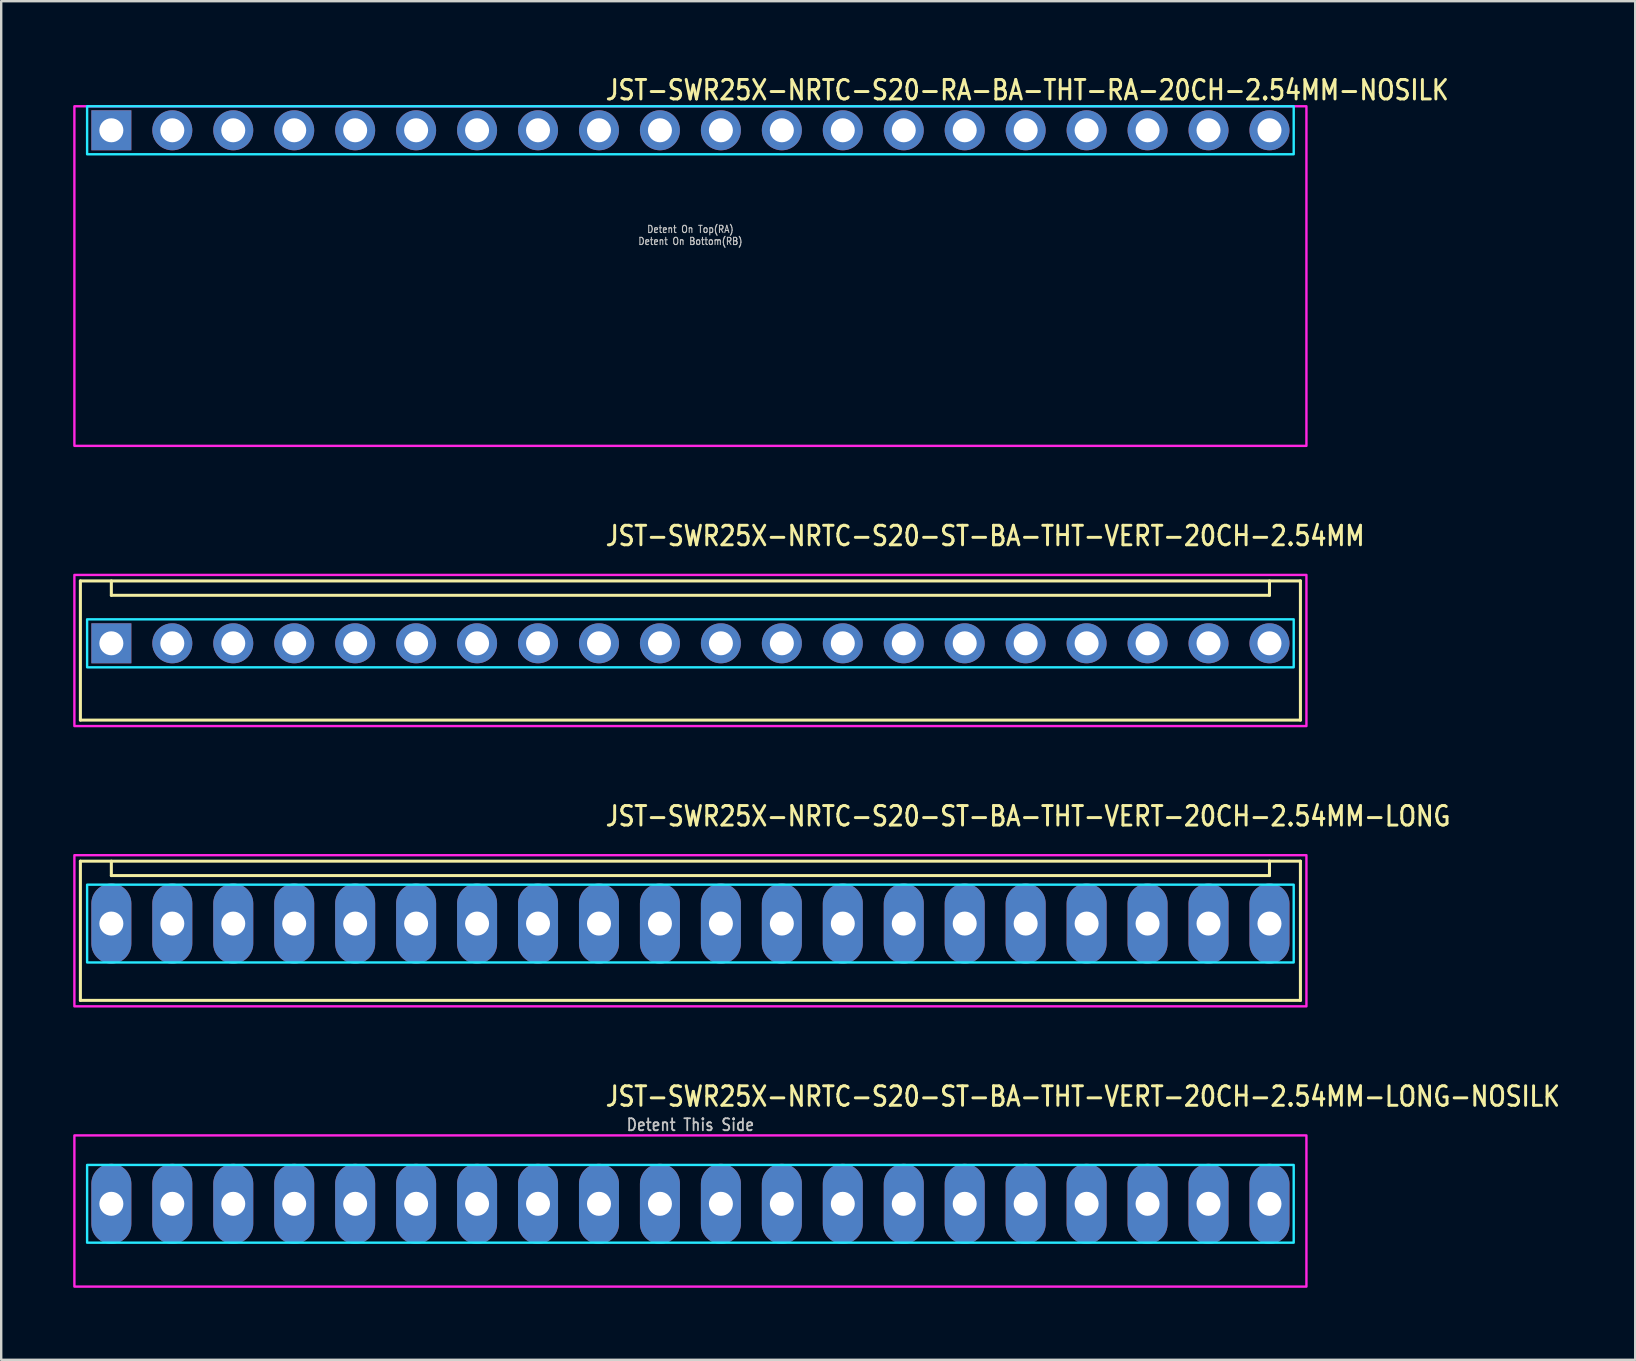
<source format=kicad_pcb>
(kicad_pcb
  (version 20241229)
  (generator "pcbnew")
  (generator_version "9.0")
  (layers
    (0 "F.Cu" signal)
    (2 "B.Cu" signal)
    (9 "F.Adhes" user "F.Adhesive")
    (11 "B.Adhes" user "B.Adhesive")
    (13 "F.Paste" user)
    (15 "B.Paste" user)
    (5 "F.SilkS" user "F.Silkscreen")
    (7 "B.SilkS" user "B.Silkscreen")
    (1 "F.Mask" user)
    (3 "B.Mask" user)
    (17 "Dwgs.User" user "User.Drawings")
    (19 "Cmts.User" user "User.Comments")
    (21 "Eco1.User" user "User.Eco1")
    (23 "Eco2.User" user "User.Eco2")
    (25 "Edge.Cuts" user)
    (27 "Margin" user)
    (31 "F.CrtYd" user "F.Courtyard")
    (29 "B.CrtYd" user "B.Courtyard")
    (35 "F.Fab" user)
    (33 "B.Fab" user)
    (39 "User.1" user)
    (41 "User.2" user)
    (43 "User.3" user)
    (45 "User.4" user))
  (footprint "JST-SWR25X-NRTC-S20-ST-BA-THT-VERT-20CH-2.54MM-LONG"
    (layer "F.Cu")
    (at 25.72 35.436)
    (property "Reference" "JST-SWR25X-NRTC-S20-ST-BA-THT-VERT-20CH-2.54MM-LONG" (at -3.6 -4 0) (unlocked yes) (layer "F.SilkS") (effects (font (size 0.813 0.695) (thickness 0.122)) (justify left bottom)))
    (fp_line (start -25.42 -2.6) (end 25.42 -2.6) (stroke (width 0.127) (type solid)) (layer "F.SilkS"))
    (fp_line (start -25.42 3.2) (end -25.42 -2.6) (stroke (width 0.127) (type solid)) (layer "F.SilkS"))
    (fp_line (start -25.42 3.2) (end 25.42 3.2) (stroke (width 0.127) (type solid)) (layer "F.SilkS"))
    (fp_line (start -24.13 -2.6) (end -24.13 -2) (stroke (width 0.127) (type solid)) (layer "F.SilkS"))
    (fp_line (start -24.13 -2) (end 24.13 -2) (stroke (width 0.127) (type solid)) (layer "F.SilkS"))
    (fp_line (start 24.13 -2.6) (end 24.13 -2) (stroke (width 0.127) (type solid)) (layer "F.SilkS"))
    (fp_line (start 25.42 -2.6) (end 25.42 3.2) (stroke (width 0.127) (type solid)) (layer "F.SilkS"))
    (fp_poly (pts (xy -25.14 -1.62) (xy -25.14 1.62) (xy 25.14 1.62) (xy 25.14 -1.62)) (stroke (width 0.1) (type solid)) (fill no) (layer "B.CrtYd"))
    (fp_poly (pts (xy -25.67 -2.85) (xy -25.67 3.45) (xy 25.67 3.45) (xy 25.67 -2.85)) (stroke (width 0.1) (type solid)) (fill no) (layer "F.CrtYd"))
    (pad "P$1" thru_hole oval (at -24.13 0 90) (size 3.333 1.667) (drill 1) (layers "*.Cu" "*.Mask"))
    (pad "P$2" thru_hole oval (at -21.59 0 90) (size 3.333 1.667) (drill 1) (layers "*.Cu" "*.Mask"))
    (pad "P$3" thru_hole oval (at -19.05 0 90) (size 3.333 1.667) (drill 1) (layers "*.Cu" "*.Mask"))
    (pad "P$4" thru_hole oval (at -16.51 0 90) (size 3.333 1.667) (drill 1) (layers "*.Cu" "*.Mask"))
    (pad "P$5" thru_hole oval (at -13.97 0 90) (size 3.333 1.667) (drill 1) (layers "*.Cu" "*.Mask"))
    (pad "P$6" thru_hole oval (at -11.43 0 90) (size 3.333 1.667) (drill 1) (layers "*.Cu" "*.Mask"))
    (pad "P$7" thru_hole oval (at -8.89 0 90) (size 3.333 1.667) (drill 1) (layers "*.Cu" "*.Mask"))
    (pad "P$8" thru_hole oval (at -6.35 0 90) (size 3.333 1.667) (drill 1) (layers "*.Cu" "*.Mask"))
    (pad "P$9" thru_hole oval (at -3.81 0 90) (size 3.333 1.667) (drill 1) (layers "*.Cu" "*.Mask"))
    (pad "P$10" thru_hole oval (at -1.27 0 90) (size 3.333 1.667) (drill 1) (layers "*.Cu" "*.Mask"))
    (pad "P$11" thru_hole oval (at 1.27 0 90) (size 3.333 1.667) (drill 1) (layers "*.Cu" "*.Mask"))
    (pad "P$12" thru_hole oval (at 3.81 0 90) (size 3.333 1.667) (drill 1) (layers "*.Cu" "*.Mask"))
    (pad "P$13" thru_hole oval (at 6.35 0 90) (size 3.333 1.667) (drill 1) (layers "*.Cu" "*.Mask"))
    (pad "P$14" thru_hole oval (at 8.89 0 90) (size 3.333 1.667) (drill 1) (layers "*.Cu" "*.Mask"))
    (pad "P$15" thru_hole oval (at 11.43 0 90) (size 3.333 1.667) (drill 1) (layers "*.Cu" "*.Mask"))
    (pad "P$16" thru_hole oval (at 13.97 0 90) (size 3.333 1.667) (drill 1) (layers "*.Cu" "*.Mask"))
    (pad "P$17" thru_hole oval (at 16.51 0 90) (size 3.333 1.667) (drill 1) (layers "*.Cu" "*.Mask"))
    (pad "P$18" thru_hole oval (at 19.05 0 90) (size 3.333 1.667) (drill 1) (layers "*.Cu" "*.Mask"))
    (pad "P$19" thru_hole oval (at 21.59 0 90) (size 3.333 1.667) (drill 1) (layers "*.Cu" "*.Mask"))
    (pad "P$20" thru_hole oval (at 24.13 0 90) (size 3.333 1.667) (drill 1) (layers "*.Cu" "*.Mask")))
  (footprint "JST-SWR25X-NRTC-S20-ST-BA-THT-VERT-20CH-2.54MM-LONG-NOSILK"
    (layer "F.Cu")
    (at 25.72 47.114)
    (property "Reference" "JST-SWR25X-NRTC-S20-ST-BA-THT-VERT-20CH-2.54MM-LONG-NOSILK" (at -3.6 -4 0) (unlocked yes) (layer "F.SilkS") (effects (font (size 0.813 0.695) (thickness 0.122)) (justify left bottom)))
    (fp_poly (pts (xy -25.14 -1.62) (xy -25.14 1.62) (xy 25.14 1.62) (xy 25.14 -1.62)) (stroke (width 0.1) (type solid)) (fill no) (layer "B.CrtYd"))
    (fp_poly (pts (xy -25.67 -2.85) (xy -25.67 3.45) (xy 25.67 3.45) (xy 25.67 -2.85)) (stroke (width 0.1) (type solid)) (fill no) (layer "F.CrtYd"))
    (fp_text user "Detent This Side" (at 0 -3 0) (unlocked yes) (layer "Dwgs.User") (effects (font (size 0.5 0.427) (thickness 0.075)) (justify bottom)))
    (pad "P$1" thru_hole oval (at -24.13 0 90) (size 3.333 1.667) (drill 1) (layers "*.Cu" "*.Mask"))
    (pad "P$2" thru_hole oval (at -21.59 0 90) (size 3.333 1.667) (drill 1) (layers "*.Cu" "*.Mask"))
    (pad "P$3" thru_hole oval (at -19.05 0 90) (size 3.333 1.667) (drill 1) (layers "*.Cu" "*.Mask"))
    (pad "P$4" thru_hole oval (at -16.51 0 90) (size 3.333 1.667) (drill 1) (layers "*.Cu" "*.Mask"))
    (pad "P$5" thru_hole oval (at -13.97 0 90) (size 3.333 1.667) (drill 1) (layers "*.Cu" "*.Mask"))
    (pad "P$6" thru_hole oval (at -11.43 0 90) (size 3.333 1.667) (drill 1) (layers "*.Cu" "*.Mask"))
    (pad "P$7" thru_hole oval (at -8.89 0 90) (size 3.333 1.667) (drill 1) (layers "*.Cu" "*.Mask"))
    (pad "P$8" thru_hole oval (at -6.35 0 90) (size 3.333 1.667) (drill 1) (layers "*.Cu" "*.Mask"))
    (pad "P$9" thru_hole oval (at -3.81 0 90) (size 3.333 1.667) (drill 1) (layers "*.Cu" "*.Mask"))
    (pad "P$10" thru_hole oval (at -1.27 0 90) (size 3.333 1.667) (drill 1) (layers "*.Cu" "*.Mask"))
    (pad "P$11" thru_hole oval (at 1.27 0 90) (size 3.333 1.667) (drill 1) (layers "*.Cu" "*.Mask"))
    (pad "P$12" thru_hole oval (at 3.81 0 90) (size 3.333 1.667) (drill 1) (layers "*.Cu" "*.Mask"))
    (pad "P$13" thru_hole oval (at 6.35 0 90) (size 3.333 1.667) (drill 1) (layers "*.Cu" "*.Mask"))
    (pad "P$14" thru_hole oval (at 8.89 0 90) (size 3.333 1.667) (drill 1) (layers "*.Cu" "*.Mask"))
    (pad "P$15" thru_hole oval (at 11.43 0 90) (size 3.333 1.667) (drill 1) (layers "*.Cu" "*.Mask"))
    (pad "P$16" thru_hole oval (at 13.97 0 90) (size 3.333 1.667) (drill 1) (layers "*.Cu" "*.Mask"))
    (pad "P$17" thru_hole oval (at 16.51 0 90) (size 3.333 1.667) (drill 1) (layers "*.Cu" "*.Mask"))
    (pad "P$18" thru_hole oval (at 19.05 0 90) (size 3.333 1.667) (drill 1) (layers "*.Cu" "*.Mask"))
    (pad "P$19" thru_hole oval (at 21.59 0 90) (size 3.333 1.667) (drill 1) (layers "*.Cu" "*.Mask"))
    (pad "P$20" thru_hole oval (at 24.13 0 90) (size 3.333 1.667) (drill 1) (layers "*.Cu" "*.Mask")))
  (footprint "JST-SWR25X-NRTC-S20-RA-BA-THT-RA-20CH-2.54MM-NOSILK"
    (layer "F.Cu")
    (at 25.72 2.379)
    (property "Reference" "JST-SWR25X-NRTC-S20-RA-BA-THT-RA-20CH-2.54MM-NOSILK" (at -3.6 -1.2 0) (unlocked yes) (layer "F.SilkS") (effects (font (size 0.813 0.695) (thickness 0.122)) (justify left bottom)))
    (fp_poly (pts (xy -25.14 -1) (xy -25.14 1) (xy 25.14 1) (xy 25.14 -1)) (stroke (width 0.1) (type solid)) (fill no) (layer "B.CrtYd"))
    (fp_poly (pts (xy -25.67 -1) (xy -25.67 13.15) (xy 25.67 13.15) (xy 25.67 -1)) (stroke (width 0.1) (type solid)) (fill no) (layer "F.CrtYd"))
    (fp_text user "Detent On Top(RA)" (at 0 4.3 0) (unlocked yes) (layer "Dwgs.User") (effects (font (size 0.3 0.257) (thickness 0.045)) (justify bottom)))
    (fp_text user "Detent On Bottom(RB)" (at 0 4.8 0) (unlocked yes) (layer "Dwgs.User") (effects (font (size 0.3 0.257) (thickness 0.045)) (justify bottom)))
    (pad "P$1" thru_hole rect (at -24.13 0) (size 1.667 1.667) (drill 1) (layers "*.Cu" "*.Mask"))
    (pad "P$2" thru_hole oval (at -21.59 0) (size 1.667 1.667) (drill 1) (layers "*.Cu" "*.Mask"))
    (pad "P$3" thru_hole oval (at -19.05 0) (size 1.667 1.667) (drill 1) (layers "*.Cu" "*.Mask"))
    (pad "P$4" thru_hole oval (at -16.51 0) (size 1.667 1.667) (drill 1) (layers "*.Cu" "*.Mask"))
    (pad "P$5" thru_hole oval (at -13.97 0) (size 1.667 1.667) (drill 1) (layers "*.Cu" "*.Mask"))
    (pad "P$6" thru_hole oval (at -11.43 0) (size 1.667 1.667) (drill 1) (layers "*.Cu" "*.Mask"))
    (pad "P$7" thru_hole oval (at -8.89 0) (size 1.667 1.667) (drill 1) (layers "*.Cu" "*.Mask"))
    (pad "P$8" thru_hole oval (at -6.35 0) (size 1.667 1.667) (drill 1) (layers "*.Cu" "*.Mask"))
    (pad "P$9" thru_hole oval (at -3.81 0) (size 1.667 1.667) (drill 1) (layers "*.Cu" "*.Mask"))
    (pad "P$10" thru_hole oval (at -1.27 0) (size 1.667 1.667) (drill 1) (layers "*.Cu" "*.Mask"))
    (pad "P$11" thru_hole oval (at 1.27 0) (size 1.667 1.667) (drill 1) (layers "*.Cu" "*.Mask"))
    (pad "P$12" thru_hole oval (at 3.81 0) (size 1.667 1.667) (drill 1) (layers "*.Cu" "*.Mask"))
    (pad "P$13" thru_hole oval (at 6.35 0) (size 1.667 1.667) (drill 1) (layers "*.Cu" "*.Mask"))
    (pad "P$14" thru_hole oval (at 8.89 0) (size 1.667 1.667) (drill 1) (layers "*.Cu" "*.Mask"))
    (pad "P$15" thru_hole oval (at 11.43 0) (size 1.667 1.667) (drill 1) (layers "*.Cu" "*.Mask"))
    (pad "P$16" thru_hole oval (at 13.97 0) (size 1.667 1.667) (drill 1) (layers "*.Cu" "*.Mask"))
    (pad "P$17" thru_hole oval (at 16.51 0) (size 1.667 1.667) (drill 1) (layers "*.Cu" "*.Mask"))
    (pad "P$18" thru_hole oval (at 19.05 0) (size 1.667 1.667) (drill 1) (layers "*.Cu" "*.Mask"))
    (pad "P$19" thru_hole oval (at 21.59 0) (size 1.667 1.667) (drill 1) (layers "*.Cu" "*.Mask"))
    (pad "P$20" thru_hole oval (at 24.13 0) (size 1.667 1.667) (drill 1) (layers "*.Cu" "*.Mask")))
  (footprint "JST-SWR25X-NRTC-S20-ST-BA-THT-VERT-20CH-2.54MM"
    (layer "F.Cu")
    (at 25.72 23.757)
    (property "Reference" "JST-SWR25X-NRTC-S20-ST-BA-THT-VERT-20CH-2.54MM" (at -3.6 -4 0) (unlocked yes) (layer "F.SilkS") (effects (font (size 0.813 0.695) (thickness 0.122)) (justify left bottom)))
    (fp_line (start -25.42 -2.6) (end 25.42 -2.6) (stroke (width 0.127) (type solid)) (layer "F.SilkS"))
    (fp_line (start -25.42 3.2) (end -25.42 -2.6) (stroke (width 0.127) (type solid)) (layer "F.SilkS"))
    (fp_line (start -25.42 3.2) (end 25.42 3.2) (stroke (width 0.127) (type solid)) (layer "F.SilkS"))
    (fp_line (start -24.13 -2.6) (end -24.13 -2) (stroke (width 0.127) (type solid)) (layer "F.SilkS"))
    (fp_line (start -24.13 -2) (end 24.13 -2) (stroke (width 0.127) (type solid)) (layer "F.SilkS"))
    (fp_line (start 24.13 -2.6) (end 24.13 -2) (stroke (width 0.127) (type solid)) (layer "F.SilkS"))
    (fp_line (start 25.42 -2.6) (end 25.42 3.2) (stroke (width 0.127) (type solid)) (layer "F.SilkS"))
    (fp_poly (pts (xy -25.14 -1) (xy -25.14 1) (xy 25.14 1) (xy 25.14 -1)) (stroke (width 0.1) (type solid)) (fill no) (layer "B.CrtYd"))
    (fp_poly (pts (xy -25.67 -2.85) (xy -25.67 3.45) (xy 25.67 3.45) (xy 25.67 -2.85)) (stroke (width 0.1) (type solid)) (fill no) (layer "F.CrtYd"))
    (pad "P$1" thru_hole rect (at -24.13 0) (size 1.667 1.667) (drill 1) (layers "*.Cu" "*.Mask"))
    (pad "P$2" thru_hole oval (at -21.59 0) (size 1.667 1.667) (drill 1) (layers "*.Cu" "*.Mask"))
    (pad "P$3" thru_hole oval (at -19.05 0) (size 1.667 1.667) (drill 1) (layers "*.Cu" "*.Mask"))
    (pad "P$4" thru_hole oval (at -16.51 0) (size 1.667 1.667) (drill 1) (layers "*.Cu" "*.Mask"))
    (pad "P$5" thru_hole oval (at -13.97 0) (size 1.667 1.667) (drill 1) (layers "*.Cu" "*.Mask"))
    (pad "P$6" thru_hole oval (at -11.43 0) (size 1.667 1.667) (drill 1) (layers "*.Cu" "*.Mask"))
    (pad "P$7" thru_hole oval (at -8.89 0) (size 1.667 1.667) (drill 1) (layers "*.Cu" "*.Mask"))
    (pad "P$8" thru_hole oval (at -6.35 0) (size 1.667 1.667) (drill 1) (layers "*.Cu" "*.Mask"))
    (pad "P$9" thru_hole oval (at -3.81 0) (size 1.667 1.667) (drill 1) (layers "*.Cu" "*.Mask"))
    (pad "P$10" thru_hole oval (at -1.27 0) (size 1.667 1.667) (drill 1) (layers "*.Cu" "*.Mask"))
    (pad "P$11" thru_hole oval (at 1.27 0) (size 1.667 1.667) (drill 1) (layers "*.Cu" "*.Mask"))
    (pad "P$12" thru_hole oval (at 3.81 0) (size 1.667 1.667) (drill 1) (layers "*.Cu" "*.Mask"))
    (pad "P$13" thru_hole oval (at 6.35 0) (size 1.667 1.667) (drill 1) (layers "*.Cu" "*.Mask"))
    (pad "P$14" thru_hole oval (at 8.89 0) (size 1.667 1.667) (drill 1) (layers "*.Cu" "*.Mask"))
    (pad "P$15" thru_hole oval (at 11.43 0) (size 1.667 1.667) (drill 1) (layers "*.Cu" "*.Mask"))
    (pad "P$16" thru_hole oval (at 13.97 0) (size 1.667 1.667) (drill 1) (layers "*.Cu" "*.Mask"))
    (pad "P$17" thru_hole oval (at 16.51 0) (size 1.667 1.667) (drill 1) (layers "*.Cu" "*.Mask"))
    (pad "P$18" thru_hole oval (at 19.05 0) (size 1.667 1.667) (drill 1) (layers "*.Cu" "*.Mask"))
    (pad "P$19" thru_hole oval (at 21.59 0) (size 1.667 1.667) (drill 1) (layers "*.Cu" "*.Mask"))
    (pad "P$20" thru_hole oval (at 24.13 0) (size 1.667 1.667) (drill 1) (layers "*.Cu" "*.Mask")))
  (gr_rect
    (start -3 -3)
    (end 65.091 53.614)
    (stroke (width 0.1) (type default))
    (fill no)
    (layer "Edge.Cuts")))
</source>
